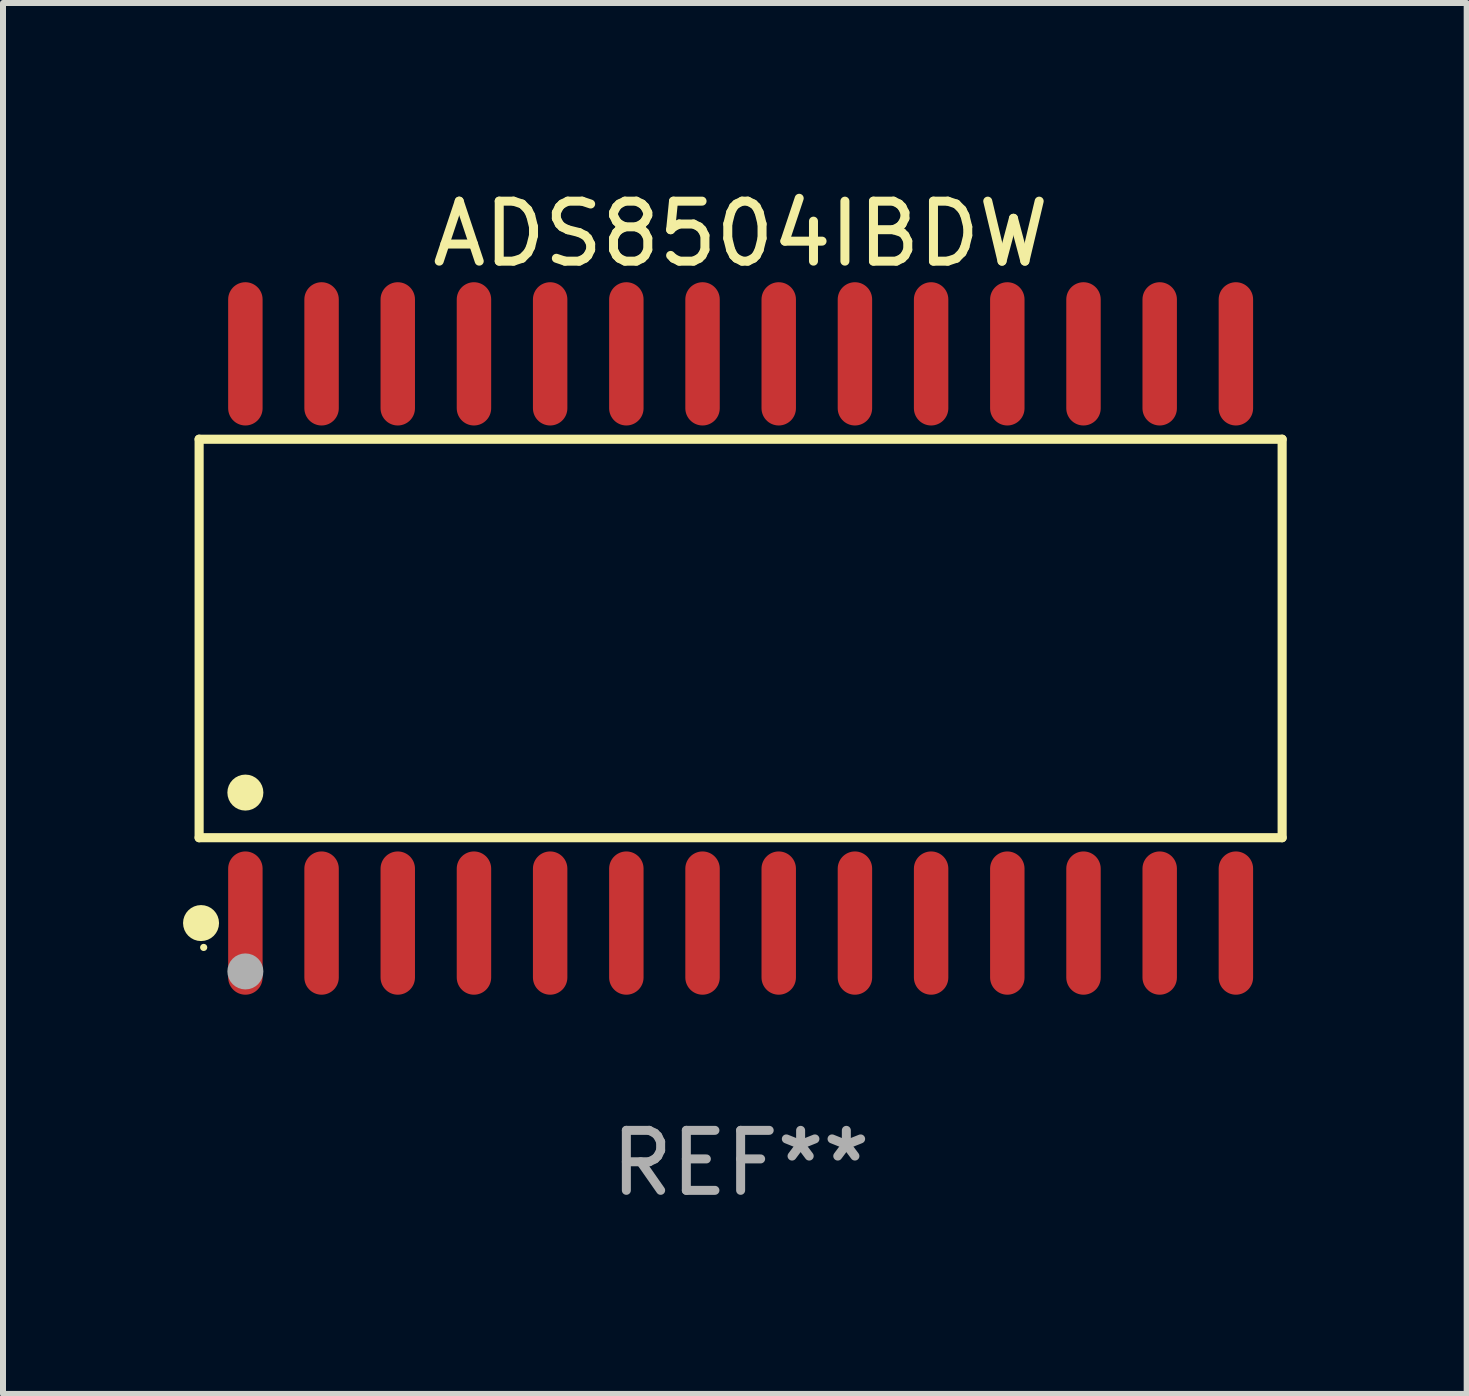
<source format=kicad_pcb>
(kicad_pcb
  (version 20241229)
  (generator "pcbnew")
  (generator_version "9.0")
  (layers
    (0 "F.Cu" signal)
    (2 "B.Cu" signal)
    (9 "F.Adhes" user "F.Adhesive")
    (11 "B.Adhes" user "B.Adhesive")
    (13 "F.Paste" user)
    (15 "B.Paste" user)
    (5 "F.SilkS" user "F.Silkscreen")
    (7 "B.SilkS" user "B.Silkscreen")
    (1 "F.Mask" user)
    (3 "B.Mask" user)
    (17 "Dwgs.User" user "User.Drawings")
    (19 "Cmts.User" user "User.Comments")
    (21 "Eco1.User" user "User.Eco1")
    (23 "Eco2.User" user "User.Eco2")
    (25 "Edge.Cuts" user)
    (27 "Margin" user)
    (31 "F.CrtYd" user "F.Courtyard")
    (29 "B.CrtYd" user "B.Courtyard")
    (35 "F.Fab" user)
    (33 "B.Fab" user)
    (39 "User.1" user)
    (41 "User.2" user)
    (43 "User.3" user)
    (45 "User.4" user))
  (footprint "ADS8504IBDW"
    (layer "F.Cu")
    (at 9.295 7.592)
    (property "Reference" "ADS8504IBDW" (at 0 -6.744 0) (layer "F.SilkS") (effects (font (size 1 1) (thickness 0.15))))
    (attr through_hole)
    (fp_line (start -9.026 -3.321) (end 9.026 -3.321) (stroke (width 0.152) (type solid)) (layer "F.SilkS"))
    (fp_line (start -9.026 3.321) (end -9.026 -3.321) (stroke (width 0.152) (type solid)) (layer "F.SilkS"))
    (fp_line (start 9.026 -3.321) (end 9.026 3.321) (stroke (width 0.152) (type solid)) (layer "F.SilkS"))
    (fp_line (start 9.026 3.321) (end -9.026 3.321) (stroke (width 0.152) (type solid)) (layer "F.SilkS"))
    (fp_circle (center -8.994 4.744) (end -8.844 4.744) (stroke (width 0.3) (type solid)) (fill no) (layer "F.SilkS"))
    (fp_circle (center -8.95 5.15) (end -8.92 5.15) (stroke (width 0.06) (type solid)) (fill no) (layer "F.SilkS"))
    (fp_circle (center -8.255 2.569) (end -8.105 2.569) (stroke (width 0.3) (type solid)) (fill no) (layer "F.SilkS"))
    (fp_circle (center -8.255 5.55) (end -8.105 5.55) (stroke (width 0.3) (type solid)) (fill no) (layer "F.Fab"))
    (fp_text user "REF**" (at 0 8.744 0) (layer "F.Fab") (effects (font (size 1 1) (thickness 0.15))))
    (pad "1" smd oval (at -8.255 4.744) (size 0.574 2.388) (layers "F.Cu" "F.Mask" "F.Paste"))
    (pad "2" smd oval (at -6.985 4.744) (size 0.574 2.388) (layers "F.Cu" "F.Mask" "F.Paste"))
    (pad "3" smd oval (at -5.715 4.744) (size 0.574 2.388) (layers "F.Cu" "F.Mask" "F.Paste"))
    (pad "4" smd oval (at -4.445 4.744) (size 0.574 2.388) (layers "F.Cu" "F.Mask" "F.Paste"))
    (pad "5" smd oval (at -3.175 4.744) (size 0.574 2.388) (layers "F.Cu" "F.Mask" "F.Paste"))
    (pad "6" smd oval (at -1.905 4.744) (size 0.574 2.388) (layers "F.Cu" "F.Mask" "F.Paste"))
    (pad "7" smd oval (at -0.635 4.744) (size 0.574 2.388) (layers "F.Cu" "F.Mask" "F.Paste"))
    (pad "8" smd oval (at 0.635 4.744) (size 0.574 2.388) (layers "F.Cu" "F.Mask" "F.Paste"))
    (pad "9" smd oval (at 1.905 4.744) (size 0.574 2.388) (layers "F.Cu" "F.Mask" "F.Paste"))
    (pad "10" smd oval (at 3.175 4.744) (size 0.574 2.388) (layers "F.Cu" "F.Mask" "F.Paste"))
    (pad "11" smd oval (at 4.445 4.744) (size 0.574 2.388) (layers "F.Cu" "F.Mask" "F.Paste"))
    (pad "12" smd oval (at 5.715 4.744) (size 0.574 2.388) (layers "F.Cu" "F.Mask" "F.Paste"))
    (pad "13" smd oval (at 6.985 4.744) (size 0.574 2.388) (layers "F.Cu" "F.Mask" "F.Paste"))
    (pad "14" smd oval (at 8.255 4.744) (size 0.574 2.388) (layers "F.Cu" "F.Mask" "F.Paste"))
    (pad "15" smd oval (at 8.255 -4.744) (size 0.574 2.388) (layers "F.Cu" "F.Mask" "F.Paste"))
    (pad "16" smd oval (at 6.985 -4.744) (size 0.574 2.388) (layers "F.Cu" "F.Mask" "F.Paste"))
    (pad "17" smd oval (at 5.715 -4.744) (size 0.574 2.388) (layers "F.Cu" "F.Mask" "F.Paste"))
    (pad "18" smd oval (at 4.445 -4.744) (size 0.574 2.388) (layers "F.Cu" "F.Mask" "F.Paste"))
    (pad "19" smd oval (at 3.175 -4.744) (size 0.574 2.388) (layers "F.Cu" "F.Mask" "F.Paste"))
    (pad "20" smd oval (at 1.905 -4.744) (size 0.574 2.388) (layers "F.Cu" "F.Mask" "F.Paste"))
    (pad "21" smd oval (at 0.635 -4.744) (size 0.574 2.388) (layers "F.Cu" "F.Mask" "F.Paste"))
    (pad "22" smd oval (at -0.635 -4.744) (size 0.574 2.388) (layers "F.Cu" "F.Mask" "F.Paste"))
    (pad "23" smd oval (at -1.905 -4.744) (size 0.574 2.388) (layers "F.Cu" "F.Mask" "F.Paste"))
    (pad "24" smd oval (at -3.175 -4.744) (size 0.574 2.388) (layers "F.Cu" "F.Mask" "F.Paste"))
    (pad "25" smd oval (at -4.445 -4.744) (size 0.574 2.388) (layers "F.Cu" "F.Mask" "F.Paste"))
    (pad "26" smd oval (at -5.715 -4.744) (size 0.574 2.388) (layers "F.Cu" "F.Mask" "F.Paste"))
    (pad "27" smd oval (at -6.985 -4.744) (size 0.574 2.388) (layers "F.Cu" "F.Mask" "F.Paste"))
    (pad "28" smd oval (at -8.255 -4.744) (size 0.574 2.388) (layers "F.Cu" "F.Mask" "F.Paste")))
  (gr_rect
    (start -3 -3)
    (end 21.397 20.184)
    (stroke (width 0.1) (type default))
    (fill no)
    (layer "Edge.Cuts")))
</source>
